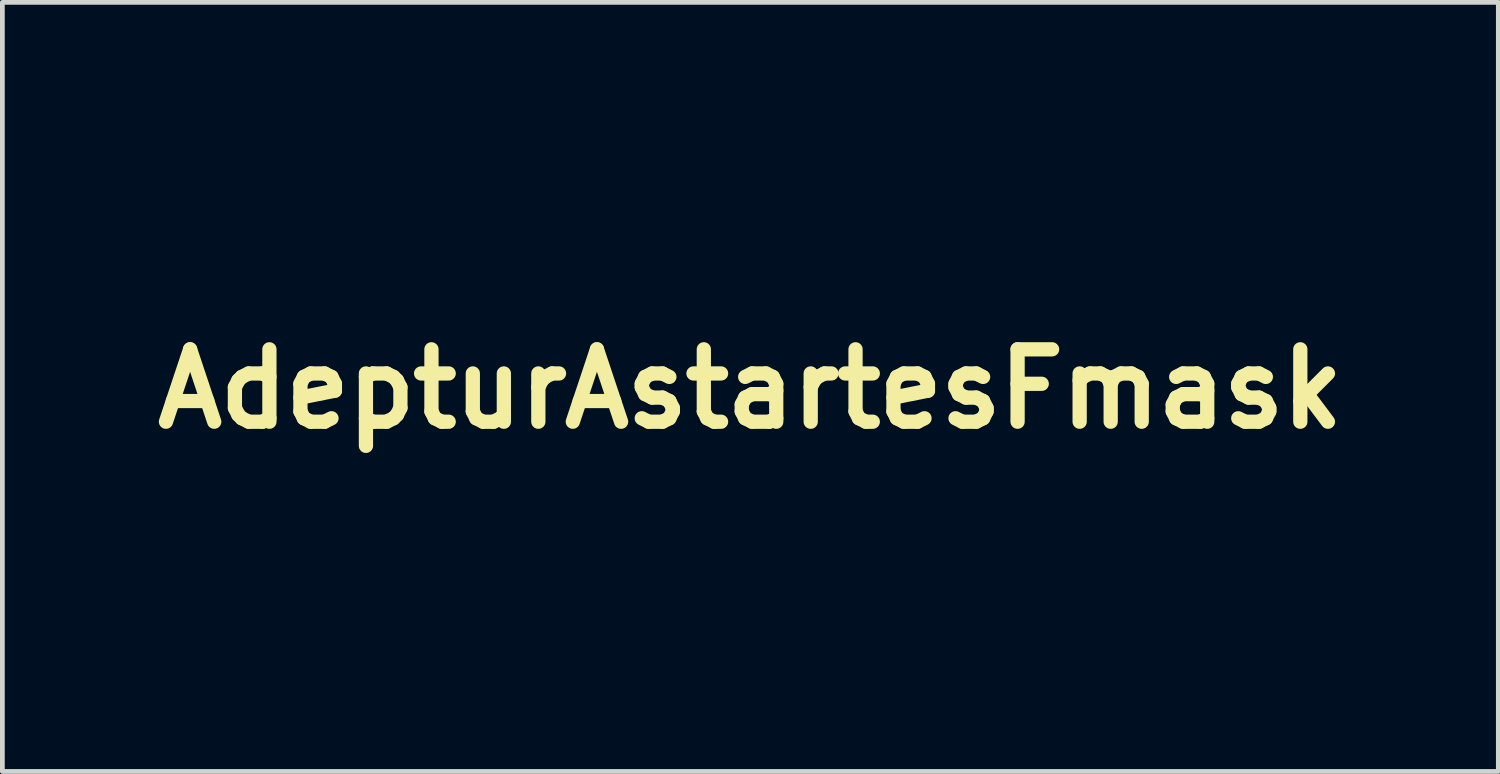
<source format=kicad_pcb>
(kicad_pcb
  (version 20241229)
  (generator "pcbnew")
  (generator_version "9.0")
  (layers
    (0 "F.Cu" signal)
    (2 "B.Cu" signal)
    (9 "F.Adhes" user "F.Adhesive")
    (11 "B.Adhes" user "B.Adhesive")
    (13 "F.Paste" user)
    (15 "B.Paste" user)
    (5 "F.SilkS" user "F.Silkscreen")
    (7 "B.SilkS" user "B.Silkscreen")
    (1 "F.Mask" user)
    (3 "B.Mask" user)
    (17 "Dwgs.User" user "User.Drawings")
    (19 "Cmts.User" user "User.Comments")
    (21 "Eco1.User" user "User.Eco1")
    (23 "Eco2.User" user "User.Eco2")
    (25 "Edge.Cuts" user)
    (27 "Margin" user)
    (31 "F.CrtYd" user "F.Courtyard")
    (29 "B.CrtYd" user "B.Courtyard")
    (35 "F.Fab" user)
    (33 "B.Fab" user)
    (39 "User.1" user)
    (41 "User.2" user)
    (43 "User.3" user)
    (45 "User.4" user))
  (footprint "AdepturAstartesFmask"
    (layer "F.Cu")
    (at 12.744 5.137)
    (property "Reference" "AdepturAstartesFmask" (at 0 0 0) (layer "F.SilkS") (effects (font (size 1.524 1.524) (thickness 0.3))))
    (attr board_only exclude_from_pos_files exclude_from_bom)
    (fp_poly (pts (xy 1.632 0.73) (xy 1.687 0.797) (xy 1.729 0.848) (xy 1.827 0.966) (xy 1.884 1.052) (xy 1.901 1.108) (xy 1.891 1.133) (xy 1.835 1.161) (xy 1.757 1.169) (xy 1.682 1.158) (xy 1.632 1.13) (xy 1.625 1.117) (xy 1.615 1.063) (xy 1.603 0.971) (xy 1.593 0.861) (xy 1.575 0.657)) (stroke (width 0) (type solid)) (fill yes) (layer "F.Mask"))
    (fp_poly (pts (xy -1.331 0.49) (xy -1.33 0.555) (xy -1.363 0.657) (xy -1.399 0.734) (xy -1.445 0.838) (xy -1.478 0.933) (xy -1.489 0.994) (xy -1.516 1.079) (xy -1.561 1.121) (xy -1.632 1.16) (xy -1.684 1.16) (xy -1.743 1.121) (xy -1.749 1.117) (xy -1.81 1.066) (xy -1.708 0.934) (xy -1.642 0.85) (xy -1.585 0.776) (xy -1.56 0.744) (xy -1.516 0.681) (xy -1.465 0.597) (xy -1.453 0.577) (xy -1.409 0.51) (xy -1.374 0.471) (xy -1.366 0.467)) (stroke (width 0) (type solid)) (fill yes) (layer "F.Mask"))
    (fp_poly (pts (xy -2.813 0.906) (xy -2.783 0.92) (xy -2.714 0.951) (xy -2.664 0.963) (xy -2.635 0.968) (xy -2.624 0.986) (xy -2.634 1.022) (xy -2.667 1.08) (xy -2.726 1.166) (xy -2.816 1.285) (xy -2.937 1.442) (xy -3.008 1.531) (xy -3.138 1.669) (xy -3.267 1.754) (xy -3.392 1.784) (xy -3.509 1.758) (xy -3.582 1.709) (xy -3.664 1.637) (xy -3.343 1.316) (xy -3.195 1.168) (xy -3.081 1.058) (xy -2.996 0.98) (xy -2.933 0.93) (xy -2.886 0.904) (xy -2.848 0.898)) (stroke (width 0) (type solid)) (fill yes) (layer "F.Mask"))
    (fp_poly (pts (xy -1.92 1.211) (xy -1.839 1.246) (xy -1.769 1.29) (xy -1.733 1.328) (xy -1.74 1.37) (xy -1.769 1.45) (xy -1.816 1.558) (xy -1.874 1.68) (xy -1.937 1.805) (xy -2 1.92) (xy -2.057 2.015) (xy -2.098 2.073) (xy -2.202 2.154) (xy -2.333 2.196) (xy -2.445 2.196) (xy -2.497 2.18) (xy -2.511 2.166) (xy -2.499 2.134) (xy -2.464 2.06) (xy -2.412 1.95) (xy -2.346 1.814) (xy -2.275 1.671) (xy -2.181 1.487) (xy -2.108 1.351) (xy -2.052 1.26) (xy -2.012 1.211) (xy -1.987 1.197)) (stroke (width 0) (type solid)) (fill yes) (layer "F.Mask"))
    (fp_poly (pts (xy -1.54 0.248) (xy -1.488 0.302) (xy -1.461 0.34) (xy -1.46 0.344) (xy -1.476 0.379) (xy -1.52 0.451) (xy -1.586 0.549) (xy -1.666 0.664) (xy -1.753 0.785) (xy -1.781 0.823) (xy -1.852 0.905) (xy -1.926 0.968) (xy -1.968 0.991) (xy -2.036 1.014) (xy -2.08 1.017) (xy -2.133 1) (xy -2.15 0.993) (xy -2.207 0.962) (xy -2.233 0.923) (xy -2.225 0.869) (xy -2.181 0.795) (xy -2.099 0.695) (xy -1.977 0.562) (xy -1.97 0.555) (xy -1.876 0.456) (xy -1.787 0.36) (xy -1.719 0.285) (xy -1.705 0.269) (xy -1.62 0.173)) (stroke (width 0) (type solid)) (fill yes) (layer "F.Mask"))
    (fp_poly (pts (xy 2.124 1.243) (xy 2.15 1.271) (xy 2.166 1.305) (xy 2.196 1.362) (xy 2.251 1.456) (xy 2.322 1.574) (xy 2.403 1.703) (xy 2.485 1.831) (xy 2.561 1.946) (xy 2.569 1.956) (xy 2.636 2.066) (xy 2.681 2.16) (xy 2.696 2.227) (xy 2.694 2.241) (xy 2.657 2.268) (xy 2.583 2.278) (xy 2.492 2.272) (xy 2.403 2.251) (xy 2.336 2.217) (xy 2.336 2.217) (xy 2.128 2.025) (xy 1.97 1.825) (xy 1.865 1.623) (xy 1.822 1.464) (xy 1.813 1.386) (xy 1.826 1.344) (xy 1.872 1.315) (xy 1.901 1.303) (xy 2.012 1.259) (xy 2.082 1.239)) (stroke (width 0) (type solid)) (fill yes) (layer "F.Mask"))
    (fp_poly (pts (xy -3.093 0.545) (xy -3.043 0.591) (xy -3.04 0.594) (xy -2.975 0.663) (xy -3.218 0.949) (xy -3.406 1.168) (xy -3.565 1.342) (xy -3.697 1.475) (xy -3.805 1.569) (xy -3.894 1.629) (xy -3.898 1.631) (xy -4.006 1.674) (xy -4.116 1.692) (xy -4.208 1.684) (xy -4.257 1.658) (xy -4.288 1.602) (xy -4.291 1.578) (xy -4.27 1.543) (xy -4.211 1.478) (xy -4.122 1.389) (xy -4.01 1.283) (xy -3.882 1.167) (xy -3.746 1.048) (xy -3.609 0.932) (xy -3.547 0.881) (xy -3.442 0.794) (xy -3.33 0.697) (xy -3.272 0.644) (xy -3.201 0.581) (xy -3.146 0.538) (xy -3.124 0.526)) (stroke (width 0) (type solid)) (fill yes) (layer "F.Mask"))
    (fp_poly (pts (xy 1.828 0.248) (xy 1.834 0.264) (xy 1.863 0.309) (xy 1.921 0.382) (xy 1.998 0.468) (xy 2.016 0.487) (xy 2.11 0.589) (xy 2.204 0.694) (xy 2.276 0.781) (xy 2.278 0.784) (xy 2.334 0.857) (xy 2.357 0.899) (xy 2.351 0.927) (xy 2.322 0.951) (xy 2.245 0.982) (xy 2.144 0.99) (xy 2.05 0.973) (xy 2.046 0.972) (xy 1.998 0.94) (xy 1.934 0.884) (xy 1.872 0.82) (xy 1.825 0.763) (xy 1.81 0.732) (xy 1.795 0.695) (xy 1.756 0.623) (xy 1.7 0.533) (xy 1.692 0.521) (xy 1.575 0.339) (xy 1.66 0.253) (xy 1.733 0.197) (xy 1.787 0.195)) (stroke (width 0) (type solid)) (fill yes) (layer "F.Mask"))
    (fp_poly (pts (xy 2.588 1.116) (xy 2.666 1.215) (xy 2.752 1.341) (xy 2.788 1.399) (xy 2.874 1.54) (xy 2.961 1.679) (xy 3.04 1.805) (xy 3.106 1.906) (xy 3.151 1.972) (xy 3.158 1.981) (xy 3.191 2.038) (xy 3.195 2.076) (xy 3.154 2.095) (xy 3.078 2.098) (xy 2.988 2.085) (xy 2.958 2.077) (xy 2.877 2.036) (xy 2.78 1.962) (xy 2.682 1.869) (xy 2.599 1.774) (xy 2.545 1.691) (xy 2.539 1.674) (xy 2.499 1.587) (xy 2.439 1.487) (xy 2.405 1.438) (xy 2.331 1.321) (xy 2.31 1.226) (xy 2.339 1.151) (xy 2.358 1.132) (xy 2.449 1.074) (xy 2.528 1.073)) (stroke (width 0) (type solid)) (fill yes) (layer "F.Mask"))
    (fp_poly (pts (xy 3.124 0.987) (xy 3.276 1.157) (xy 3.41 1.308) (xy 3.52 1.434) (xy 3.598 1.528) (xy 3.625 1.562) (xy 3.686 1.638) (xy 3.741 1.703) (xy 3.745 1.707) (xy 3.781 1.766) (xy 3.789 1.809) (xy 3.756 1.838) (xy 3.682 1.856) (xy 3.583 1.861) (xy 3.474 1.853) (xy 3.372 1.832) (xy 3.344 1.823) (xy 3.216 1.757) (xy 3.122 1.673) (xy 3.077 1.594) (xy 3.051 1.545) (xy 2.999 1.463) (xy 2.929 1.363) (xy 2.886 1.305) (xy 2.813 1.203) (xy 2.755 1.117) (xy 2.721 1.058) (xy 2.715 1.04) (xy 2.74 1.01) (xy 2.804 0.97) (xy 2.868 0.939) (xy 3.022 0.874)) (stroke (width 0) (type solid)) (fill yes) (layer "F.Mask"))
    (fp_poly (pts (xy -2.002 -0.413) (xy -1.955 -0.354) (xy -1.939 -0.284) (xy -1.949 -0.248) (xy -1.992 -0.198) (xy -2.076 -0.127) (xy -2.19 -0.04) (xy -2.325 0.055) (xy -2.47 0.15) (xy -2.588 0.222) (xy -2.746 0.309) (xy -2.867 0.36) (xy -2.962 0.377) (xy -3.038 0.362) (xy -3.092 0.328) (xy -3.14 0.264) (xy -3.17 0.179) (xy -3.171 0.175) (xy -3.186 0.073) (xy -2.943 -0.038) (xy -2.77 -0.118) (xy -2.642 -0.176) (xy -2.55 -0.216) (xy -2.487 -0.242) (xy -2.445 -0.256) (xy -2.416 -0.262) (xy -2.395 -0.263) (xy -2.336 -0.28) (xy -2.315 -0.3) (xy -2.255 -0.359) (xy -2.167 -0.41) (xy -2.08 -0.437) (xy -2.064 -0.438)) (stroke (width 0) (type solid)) (fill yes) (layer "F.Mask"))
    (fp_poly (pts (xy -2.308 1.068) (xy -2.244 1.111) (xy -2.218 1.169) (xy -2.24 1.232) (xy -2.263 1.255) (xy -2.299 1.299) (xy -2.306 1.32) (xy -2.319 1.357) (xy -2.351 1.434) (xy -2.398 1.536) (xy -2.427 1.595) (xy -2.513 1.756) (xy -2.593 1.867) (xy -2.678 1.938) (xy -2.775 1.974) (xy -2.896 1.985) (xy -2.9 1.985) (xy -3.002 1.981) (xy -3.054 1.966) (xy -3.066 1.946) (xy -3.049 1.899) (xy -3.01 1.829) (xy -2.994 1.807) (xy -2.939 1.726) (xy -2.873 1.621) (xy -2.829 1.55) (xy -2.77 1.456) (xy -2.714 1.377) (xy -2.681 1.338) (xy -2.64 1.288) (xy -2.628 1.258) (xy -2.605 1.202) (xy -2.549 1.138) (xy -2.48 1.082) (xy -2.416 1.052) (xy -2.404 1.051)) (stroke (width 0) (type solid)) (fill yes) (layer "F.Mask"))
    (fp_poly (pts (xy -1.841 -0.123) (xy -1.799 -0.066) (xy -1.786 -0.045) (xy -1.726 0.055) (xy -1.79 0.136) (xy -1.851 0.206) (xy -1.932 0.287) (xy -1.965 0.318) (xy -2.04 0.394) (xy -2.101 0.471) (xy -2.118 0.499) (xy -2.179 0.581) (xy -2.27 0.667) (xy -2.373 0.74) (xy -2.468 0.787) (xy -2.496 0.795) (xy -2.587 0.799) (xy -2.656 0.79) (xy -2.713 0.758) (xy -2.772 0.7) (xy -2.821 0.634) (xy -2.846 0.575) (xy -2.844 0.55) (xy -2.811 0.52) (xy -2.742 0.47) (xy -2.652 0.41) (xy -2.557 0.349) (xy -2.469 0.297) (xy -2.423 0.273) (xy -2.317 0.209) (xy -2.19 0.115) (xy -2.057 0.003) (xy -2.036 -0.016) (xy -1.96 -0.083) (xy -1.9 -0.129) (xy -1.87 -0.146)) (stroke (width 0) (type solid)) (fill yes) (layer "F.Mask"))
    (fp_poly (pts (xy 2.229 -0.84) (xy 2.332 -0.806) (xy 2.48 -0.755) (xy 2.548 -0.732) (xy 2.67 -0.687) (xy 2.777 -0.644) (xy 2.852 -0.61) (xy 2.871 -0.599) (xy 2.929 -0.572) (xy 3.027 -0.539) (xy 3.145 -0.505) (xy 3.184 -0.496) (xy 3.351 -0.451) (xy 3.488 -0.403) (xy 3.62 -0.343) (xy 3.645 -0.331) (xy 3.651 -0.3) (xy 3.624 -0.247) (xy 3.573 -0.185) (xy 3.509 -0.131) (xy 3.509 -0.131) (xy 3.394 -0.076) (xy 3.267 -0.065) (xy 3.116 -0.097) (xy 3.066 -0.115) (xy 2.898 -0.183) (xy 2.72 -0.267) (xy 2.547 -0.358) (xy 2.396 -0.447) (xy 2.287 -0.523) (xy 2.193 -0.607) (xy 2.142 -0.678) (xy 2.123 -0.737) (xy 2.115 -0.793) (xy 2.113 -0.831) (xy 2.127 -0.852) (xy 2.163 -0.855)) (stroke (width 0) (type solid)) (fill yes) (layer "F.Mask"))
    (fp_poly (pts (xy 1.633 1.36) (xy 1.658 1.404) (xy 1.685 1.478) (xy 1.688 1.489) (xy 1.729 1.618) (xy 1.774 1.748) (xy 1.82 1.863) (xy 1.859 1.949) (xy 1.881 1.985) (xy 1.91 2.029) (xy 1.956 2.112) (xy 2.014 2.22) (xy 2.058 2.306) (xy 2.12 2.428) (xy 2.176 2.534) (xy 2.219 2.612) (xy 2.237 2.641) (xy 2.269 2.709) (xy 2.277 2.751) (xy 2.253 2.788) (xy 2.191 2.803) (xy 2.108 2.797) (xy 2.02 2.771) (xy 1.971 2.745) (xy 1.868 2.653) (xy 1.763 2.516) (xy 1.668 2.349) (xy 1.661 2.336) (xy 1.564 2.13) (xy 1.492 1.968) (xy 1.443 1.843) (xy 1.414 1.746) (xy 1.403 1.67) (xy 1.409 1.607) (xy 1.429 1.55) (xy 1.439 1.53) (xy 1.492 1.447) (xy 1.551 1.385) (xy 1.603 1.354)) (stroke (width 0) (type solid)) (fill yes) (layer "F.Mask"))
    (fp_poly (pts (xy -2.386 -1.583) (xy -2.253 -1.542) (xy -2.197 -1.505) (xy -2.148 -1.459) (xy -2.141 -1.434) (xy -2.172 -1.412) (xy -2.177 -1.41) (xy -2.227 -1.393) (xy -2.321 -1.37) (xy -2.445 -1.343) (xy -2.584 -1.316) (xy -2.737 -1.286) (xy -2.884 -1.256) (xy -3.007 -1.229) (xy -3.08 -1.212) (xy -3.282 -1.161) (xy -3.44 -1.129) (xy -3.567 -1.117) (xy -3.673 -1.121) (xy -3.77 -1.142) (xy -3.795 -1.15) (xy -3.932 -1.204) (xy -4.028 -1.261) (xy -4.1 -1.333) (xy -4.13 -1.375) (xy -4.173 -1.45) (xy -4.18 -1.494) (xy -4.167 -1.509) (xy -4.128 -1.517) (xy -4.04 -1.524) (xy -3.912 -1.53) (xy -3.754 -1.535) (xy -3.575 -1.539) (xy -3.533 -1.539) (xy -3.337 -1.543) (xy -3.149 -1.549) (xy -2.979 -1.557) (xy -2.842 -1.567) (xy -2.75 -1.577) (xy -2.746 -1.578) (xy -2.554 -1.596)) (stroke (width 0) (type solid)) (fill yes) (layer "F.Mask"))
    (fp_poly (pts (xy -2.042 -0.88) (xy -2.025 -0.861) (xy -2.021 -0.778) (xy -2.059 -0.683) (xy -2.128 -0.597) (xy -2.196 -0.547) (xy -2.279 -0.5) (xy -2.346 -0.461) (xy -2.361 -0.451) (xy -2.481 -0.376) (xy -2.562 -0.327) (xy -2.614 -0.301) (xy -2.647 -0.292) (xy -2.651 -0.292) (xy -2.697 -0.28) (xy -2.776 -0.25) (xy -2.855 -0.216) (xy -2.989 -0.167) (xy -3.125 -0.135) (xy -3.247 -0.124) (xy -3.34 -0.136) (xy -3.365 -0.146) (xy -3.415 -0.195) (xy -3.458 -0.26) (xy -3.481 -0.322) (xy -3.473 -0.371) (xy -3.429 -0.413) (xy -3.341 -0.455) (xy -3.204 -0.501) (xy -3.168 -0.512) (xy -3.025 -0.555) (xy -2.88 -0.599) (xy -2.757 -0.638) (xy -2.73 -0.646) (xy -2.631 -0.679) (xy -2.551 -0.707) (xy -2.469 -0.74) (xy -2.362 -0.786) (xy -2.321 -0.803) (xy -2.186 -0.858) (xy -2.095 -0.883)) (stroke (width 0) (type solid)) (fill yes) (layer "F.Mask"))
    (fp_poly (pts (xy 2.235 -0.366) (xy 2.236 -0.366) (xy 2.313 -0.333) (xy 2.368 -0.3) (xy 2.372 -0.297) (xy 2.418 -0.267) (xy 2.435 -0.263) (xy 2.455 -0.257) (xy 2.499 -0.24) (xy 2.57 -0.208) (xy 2.674 -0.159) (xy 2.816 -0.091) (xy 3 -0.001) (xy 3.232 0.112) (xy 3.233 0.113) (xy 3.296 0.149) (xy 3.327 0.177) (xy 3.328 0.181) (xy 3.31 0.213) (xy 3.263 0.269) (xy 3.242 0.291) (xy 3.181 0.345) (xy 3.119 0.371) (xy 3.031 0.378) (xy 3.001 0.378) (xy 2.827 0.353) (xy 2.701 0.301) (xy 2.616 0.253) (xy 2.552 0.208) (xy 2.531 0.186) (xy 2.493 0.15) (xy 2.477 0.146) (xy 2.437 0.125) (xy 2.373 0.071) (xy 2.295 -0.005) (xy 2.215 -0.091) (xy 2.143 -0.174) (xy 2.092 -0.243) (xy 2.073 -0.284) (xy 2.09 -0.356) (xy 2.144 -0.383)) (stroke (width 0) (type solid)) (fill yes) (layer "F.Mask"))
    (fp_poly (pts (xy -1.991 -1.288) (xy -1.966 -1.249) (xy -1.944 -1.18) (xy -1.944 -1.179) (xy -1.924 -1.087) (xy -2.152 -1.008) (xy -2.274 -0.965) (xy -2.388 -0.925) (xy -2.472 -0.895) (xy -2.482 -0.892) (xy -2.585 -0.855) (xy -2.686 -0.818) (xy -2.783 -0.789) (xy -2.894 -0.764) (xy -2.92 -0.759) (xy -3.025 -0.731) (xy -3.143 -0.685) (xy -3.195 -0.66) (xy -3.361 -0.598) (xy -3.519 -0.593) (xy -3.627 -0.624) (xy -3.746 -0.704) (xy -3.823 -0.816) (xy -3.845 -0.891) (xy -3.853 -0.957) (xy -3.837 -0.985) (xy -3.784 -0.993) (xy -3.748 -0.993) (xy -3.671 -0.998) (xy -3.55 -1.011) (xy -3.401 -1.03) (xy -3.238 -1.053) (xy -3.076 -1.079) (xy -2.929 -1.103) (xy -2.811 -1.126) (xy -2.759 -1.138) (xy -2.595 -1.178) (xy -2.432 -1.215) (xy -2.281 -1.247) (xy -2.151 -1.271) (xy -2.053 -1.286) (xy -1.998 -1.289)) (stroke (width 0) (type solid)) (fill yes) (layer "F.Mask"))
    (fp_poly (pts (xy -1.476 1.362) (xy -1.421 1.405) (xy -1.364 1.471) (xy -1.316 1.545) (xy -1.295 1.599) (xy -1.299 1.658) (xy -1.326 1.755) (xy -1.371 1.876) (xy -1.428 2.009) (xy -1.492 2.14) (xy -1.556 2.256) (xy -1.583 2.297) (xy -1.629 2.371) (xy -1.659 2.423) (xy -1.664 2.438) (xy -1.681 2.468) (xy -1.726 2.528) (xy -1.772 2.584) (xy -1.845 2.657) (xy -1.93 2.721) (xy -2.016 2.77) (xy -2.091 2.798) (xy -2.143 2.8) (xy -2.16 2.773) (xy -2.147 2.725) (xy -2.132 2.693) (xy -2.111 2.649) (xy -2.071 2.562) (xy -2.019 2.444) (xy -1.959 2.307) (xy -1.939 2.263) (xy -1.874 2.112) (xy -1.812 1.969) (xy -1.758 1.848) (xy -1.721 1.763) (xy -1.715 1.752) (xy -1.666 1.642) (xy -1.616 1.528) (xy -1.604 1.499) (xy -1.565 1.421) (xy -1.527 1.366) (xy -1.515 1.356)) (stroke (width 0) (type solid)) (fill yes) (layer "F.Mask"))
    (fp_poly (pts (xy 3.293 0.575) (xy 3.352 0.624) (xy 3.388 0.66) (xy 3.46 0.73) (xy 3.559 0.818) (xy 3.666 0.908) (xy 3.686 0.924) (xy 3.785 1.005) (xy 3.875 1.08) (xy 3.938 1.137) (xy 3.949 1.147) (xy 3.999 1.194) (xy 4.078 1.269) (xy 4.175 1.361) (xy 4.245 1.427) (xy 4.35 1.528) (xy 4.413 1.597) (xy 4.441 1.641) (xy 4.437 1.666) (xy 4.434 1.668) (xy 4.376 1.684) (xy 4.282 1.689) (xy 4.171 1.686) (xy 4.065 1.674) (xy 3.983 1.655) (xy 3.963 1.646) (xy 3.895 1.608) (xy 3.854 1.587) (xy 3.816 1.559) (xy 3.744 1.496) (xy 3.646 1.407) (xy 3.529 1.297) (xy 3.401 1.174) (xy 3.27 1.046) (xy 3.192 0.968) (xy 3.125 0.895) (xy 3.079 0.835) (xy 3.066 0.805) (xy 3.083 0.758) (xy 3.125 0.692) (xy 3.178 0.624) (xy 3.228 0.573) (xy 3.257 0.556)) (stroke (width 0) (type solid)) (fill yes) (layer "F.Mask"))
    (fp_poly (pts (xy 2.011 -0.126) (xy 2.082 -0.088) (xy 2.167 -0.03) (xy 2.252 0.036) (xy 2.321 0.101) (xy 2.356 0.132) (xy 2.426 0.188) (xy 2.518 0.26) (xy 2.569 0.299) (xy 2.67 0.376) (xy 2.756 0.443) (xy 2.815 0.49) (xy 2.83 0.503) (xy 2.883 0.546) (xy 2.952 0.6) (xy 2.954 0.601) (xy 3.007 0.644) (xy 3.016 0.673) (xy 2.988 0.706) (xy 2.983 0.711) (xy 2.935 0.738) (xy 2.857 0.753) (xy 2.736 0.759) (xy 2.701 0.759) (xy 2.586 0.758) (xy 2.511 0.751) (xy 2.459 0.731) (xy 2.412 0.694) (xy 2.363 0.644) (xy 2.281 0.552) (xy 2.2 0.454) (xy 2.172 0.418) (xy 2.117 0.345) (xy 2.072 0.29) (xy 2.06 0.277) (xy 2.025 0.237) (xy 1.971 0.17) (xy 1.945 0.136) (xy 1.895 0.062) (xy 1.879 0.01) (xy 1.891 -0.04) (xy 1.894 -0.047) (xy 1.934 -0.107) (xy 1.969 -0.135)) (stroke (width 0) (type solid)) (fill yes) (layer "F.Mask"))
    (fp_poly (pts (xy -0.038 2.44) (xy -0.018 2.447) (xy 0.064 2.466) (xy 0.176 2.479) (xy 0.258 2.482) (xy 0.438 2.482) (xy 0.438 2.902) (xy 0.434 3.123) (xy 0.422 3.368) (xy 0.404 3.621) (xy 0.381 3.866) (xy 0.354 4.087) (xy 0.325 4.268) (xy 0.32 4.293) (xy 0.295 4.395) (xy 0.259 4.517) (xy 0.215 4.65) (xy 0.169 4.78) (xy 0.124 4.897) (xy 0.084 4.988) (xy 0.055 5.041) (xy 0.044 5.051) (xy 0.023 5.028) (xy -0.015 4.969) (xy -0.043 4.924) (xy -0.085 4.847) (xy -0.112 4.791) (xy -0.117 4.775) (xy -0.128 4.736) (xy -0.155 4.669) (xy -0.159 4.661) (xy -0.215 4.505) (xy -0.266 4.299) (xy -0.308 4.054) (xy -0.342 3.78) (xy -0.366 3.484) (xy -0.378 3.176) (xy -0.379 3.033) (xy -0.378 2.842) (xy -0.374 2.701) (xy -0.364 2.601) (xy -0.347 2.535) (xy -0.319 2.492) (xy -0.279 2.466) (xy -0.228 2.447) (xy -0.127 2.428)) (stroke (width 0) (type solid)) (fill yes) (layer "F.Mask"))
    (fp_poly (pts (xy 2.995 -1.575) (xy 3.124 -1.569) (xy 3.213 -1.56) (xy 3.254 -1.549) (xy 3.255 -1.547) (xy 3.291 -1.534) (xy 3.369 -1.525) (xy 3.473 -1.522) (xy 3.483 -1.523) (xy 3.608 -1.522) (xy 3.765 -1.516) (xy 3.928 -1.506) (xy 3.996 -1.501) (xy 4.3 -1.474) (xy 4.201 -1.345) (xy 4.073 -1.21) (xy 3.935 -1.126) (xy 3.771 -1.088) (xy 3.679 -1.085) (xy 3.557 -1.092) (xy 3.439 -1.108) (xy 3.372 -1.125) (xy 3.265 -1.151) (xy 3.157 -1.165) (xy 3.144 -1.166) (xy 3.047 -1.178) (xy 2.96 -1.204) (xy 2.955 -1.207) (xy 2.891 -1.232) (xy 2.789 -1.264) (xy 2.666 -1.3) (xy 2.613 -1.314) (xy 2.495 -1.346) (xy 2.398 -1.375) (xy 2.336 -1.398) (xy 2.323 -1.405) (xy 2.321 -1.442) (xy 2.361 -1.499) (xy 2.364 -1.503) (xy 2.394 -1.532) (xy 2.426 -1.553) (xy 2.471 -1.566) (xy 2.54 -1.573) (xy 2.643 -1.576) (xy 2.791 -1.577) (xy 2.835 -1.577)) (stroke (width 0) (type solid)) (fill yes) (layer "F.Mask"))
    (fp_poly (pts (xy 4.446 -1.162) (xy 4.581 -1.142) (xy 4.653 -1.126) (xy 4.79 -1.1) (xy 4.942 -1.083) (xy 5.023 -1.079) (xy 5.158 -1.074) (xy 5.311 -1.062) (xy 5.416 -1.05) (xy 5.601 -1.025) (xy 5.795 -1.001) (xy 5.987 -0.98) (xy 6.165 -0.962) (xy 6.318 -0.948) (xy 6.437 -0.94) (xy 6.508 -0.938) (xy 6.511 -0.938) (xy 6.642 -0.931) (xy 6.735 -0.888) (xy 6.787 -0.829) (xy 6.828 -0.742) (xy 6.819 -0.674) (xy 6.757 -0.62) (xy 6.657 -0.579) (xy 6.505 -0.54) (xy 6.389 -0.531) (xy 6.295 -0.551) (xy 6.292 -0.552) (xy 6.24 -0.565) (xy 6.145 -0.584) (xy 6.021 -0.606) (xy 5.897 -0.625) (xy 5.573 -0.68) (xy 5.299 -0.741) (xy 5.124 -0.791) (xy 5.068 -0.809) (xy 4.993 -0.833) (xy 4.889 -0.866) (xy 4.749 -0.91) (xy 4.565 -0.967) (xy 4.467 -0.998) (xy 4.343 -1.044) (xy 4.273 -1.087) (xy 4.252 -1.123) (xy 4.277 -1.15) (xy 4.343 -1.164)) (stroke (width 0) (type solid)) (fill yes) (layer "F.Mask"))
    (fp_poly (pts (xy 2.18 -1.278) (xy 2.258 -1.265) (xy 2.368 -1.242) (xy 2.501 -1.215) (xy 2.629 -1.19) (xy 2.73 -1.171) (xy 2.744 -1.169) (xy 2.832 -1.151) (xy 2.955 -1.123) (xy 3.092 -1.089) (xy 3.153 -1.073) (xy 3.293 -1.038) (xy 3.429 -1.007) (xy 3.541 -0.985) (xy 3.576 -0.98) (xy 3.734 -0.955) (xy 3.841 -0.929) (xy 3.906 -0.9) (xy 3.936 -0.863) (xy 3.941 -0.833) (xy 3.916 -0.747) (xy 3.851 -0.661) (xy 3.761 -0.589) (xy 3.684 -0.556) (xy 3.611 -0.537) (xy 3.566 -0.529) (xy 3.562 -0.529) (xy 3.527 -0.536) (xy 3.456 -0.55) (xy 3.43 -0.556) (xy 3.351 -0.578) (xy 3.238 -0.616) (xy 3.109 -0.664) (xy 3.051 -0.688) (xy 2.856 -0.767) (xy 2.703 -0.828) (xy 2.582 -0.874) (xy 2.482 -0.909) (xy 2.391 -0.937) (xy 2.336 -0.952) (xy 2.184 -1.003) (xy 2.088 -1.058) (xy 2.046 -1.122) (xy 2.056 -1.194) (xy 2.083 -1.24) (xy 2.105 -1.266) (xy 2.133 -1.279)) (stroke (width 0) (type solid)) (fill yes) (layer "F.Mask"))
    (fp_poly (pts (xy 3.598 0.17) (xy 3.635 0.204) (xy 3.683 0.248) (xy 3.714 0.263) (xy 3.751 0.279) (xy 3.816 0.32) (xy 3.869 0.358) (xy 4.009 0.46) (xy 4.142 0.557) (xy 4.26 0.641) (xy 4.352 0.705) (xy 4.408 0.742) (xy 4.412 0.744) (xy 4.463 0.777) (xy 4.541 0.83) (xy 4.603 0.872) (xy 4.792 1.005) (xy 4.934 1.107) (xy 5.033 1.18) (xy 5.09 1.226) (xy 5.109 1.247) (xy 5.109 1.247) (xy 5.085 1.282) (xy 5.022 1.328) (xy 4.935 1.375) (xy 4.909 1.387) (xy 4.765 1.426) (xy 4.615 1.415) (xy 4.448 1.353) (xy 4.429 1.344) (xy 4.314 1.277) (xy 4.198 1.195) (xy 4.137 1.144) (xy 4.068 1.08) (xy 3.968 0.991) (xy 3.849 0.885) (xy 3.725 0.775) (xy 3.708 0.761) (xy 3.594 0.659) (xy 3.495 0.566) (xy 3.421 0.492) (xy 3.38 0.444) (xy 3.375 0.436) (xy 3.368 0.383) (xy 3.397 0.312) (xy 3.427 0.263) (xy 3.491 0.181) (xy 3.545 0.151)) (stroke (width 0) (type solid)) (fill yes) (layer "F.Mask"))
    (fp_poly (pts (xy -3.385 0.112) (xy -3.347 0.174) (xy -3.321 0.226) (xy -3.284 0.308) (xy -3.256 0.366) (xy -3.249 0.382) (xy -3.261 0.416) (xy -3.315 0.478) (xy -3.404 0.56) (xy -3.522 0.657) (xy -3.533 0.665) (xy -3.739 0.828) (xy -3.911 0.969) (xy -4.043 1.082) (xy -4.21 1.221) (xy -4.358 1.328) (xy -4.48 1.397) (xy -4.571 1.427) (xy -4.592 1.428) (xy -4.643 1.419) (xy -4.719 1.399) (xy -4.73 1.396) (xy -4.821 1.358) (xy -4.901 1.302) (xy -4.953 1.243) (xy -4.963 1.209) (xy -4.94 1.175) (xy -4.881 1.124) (xy -4.825 1.085) (xy -4.729 1.023) (xy -4.612 0.943) (xy -4.498 0.863) (xy -4.496 0.862) (xy -4.395 0.79) (xy -4.304 0.726) (xy -4.239 0.681) (xy -4.233 0.677) (xy -4.17 0.631) (xy -4.131 0.597) (xy -4.087 0.557) (xy -4.01 0.495) (xy -3.914 0.421) (xy -3.813 0.347) (xy -3.749 0.302) (xy -3.656 0.238) (xy -3.558 0.171) (xy -3.543 0.161) (xy -3.473 0.116) (xy -3.421 0.09) (xy -3.411 0.088)) (stroke (width 0) (type solid)) (fill yes) (layer "F.Mask"))
    (fp_poly (pts (xy 3.853 -0.235) (xy 3.878 -0.222) (xy 3.932 -0.195) (xy 4.026 -0.148) (xy 4.149 -0.086) (xy 4.29 -0.016) (xy 4.35 0.014) (xy 4.646 0.163) (xy 4.893 0.293) (xy 5.095 0.407) (xy 5.256 0.507) (xy 5.382 0.598) (xy 5.477 0.681) (xy 5.545 0.76) (xy 5.591 0.836) (xy 5.621 0.908) (xy 5.622 0.951) (xy 5.599 0.982) (xy 5.517 1.026) (xy 5.402 1.037) (xy 5.267 1.015) (xy 5.211 0.998) (xy 5.116 0.961) (xy 5.036 0.927) (xy 5.007 0.913) (xy 4.947 0.882) (xy 4.86 0.838) (xy 4.817 0.815) (xy 4.727 0.762) (xy 4.615 0.688) (xy 4.507 0.608) (xy 4.507 0.607) (xy 4.419 0.541) (xy 4.348 0.491) (xy 4.306 0.467) (xy 4.302 0.467) (xy 4.267 0.451) (xy 4.198 0.411) (xy 4.11 0.354) (xy 4.102 0.349) (xy 3.987 0.273) (xy 3.868 0.195) (xy 3.785 0.141) (xy 3.705 0.084) (xy 3.664 0.032) (xy 3.658 -0.031) (xy 3.683 -0.123) (xy 3.705 -0.182) (xy 3.738 -0.243) (xy 3.782 -0.259)) (stroke (width 0) (type solid)) (fill yes) (layer "F.Mask"))
    (fp_poly (pts (xy -3.659 -0.329) (xy -3.621 -0.269) (xy -3.588 -0.19) (xy -3.558 -0.104) (xy -3.55 -0.053) (xy -3.563 -0.017) (xy -3.582 0.006) (xy -3.628 0.047) (xy -3.654 0.058) (xy -3.691 0.076) (xy -3.744 0.118) (xy -3.821 0.187) (xy -3.884 0.237) (xy -3.952 0.283) (xy -4.044 0.339) (xy -4.087 0.364) (xy -4.214 0.443) (xy -4.352 0.537) (xy -4.452 0.612) (xy -4.593 0.718) (xy -4.717 0.794) (xy -4.848 0.854) (xy -4.999 0.907) (xy -5.169 0.951) (xy -5.296 0.96) (xy -5.384 0.934) (xy -5.41 0.911) (xy -5.436 0.875) (xy -5.439 0.837) (xy -5.416 0.777) (xy -5.393 0.729) (xy -5.32 0.591) (xy -5.263 0.506) (xy -5.221 0.469) (xy -5.21 0.467) (xy -5.17 0.454) (xy -5.087 0.417) (xy -4.97 0.36) (xy -4.829 0.289) (xy -4.672 0.208) (xy -4.508 0.122) (xy -4.345 0.034) (xy -4.193 -0.05) (xy -4.06 -0.125) (xy -3.996 -0.164) (xy -3.907 -0.214) (xy -3.837 -0.25) (xy -3.802 -0.263) (xy -3.761 -0.283) (xy -3.736 -0.308) (xy -3.696 -0.341)) (stroke (width 0) (type solid)) (fill yes) (layer "F.Mask"))
    (fp_poly (pts (xy 6.877 -1.578) (xy 7.001 -1.55) (xy 7.029 -1.537) (xy 7.091 -1.499) (xy 7.123 -1.469) (xy 7.124 -1.465) (xy 7.103 -1.436) (xy 7.05 -1.381) (xy 6.977 -1.313) (xy 6.878 -1.234) (xy 6.786 -1.184) (xy 6.673 -1.151) (xy 6.634 -1.143) (xy 6.504 -1.123) (xy 6.349 -1.107) (xy 6.185 -1.097) (xy 6.025 -1.092) (xy 5.884 -1.093) (xy 5.778 -1.102) (xy 5.738 -1.11) (xy 5.675 -1.123) (xy 5.569 -1.137) (xy 5.434 -1.152) (xy 5.286 -1.166) (xy 5.285 -1.166) (xy 5.135 -1.179) (xy 4.996 -1.195) (xy 4.885 -1.211) (xy 4.817 -1.225) (xy 4.714 -1.247) (xy 4.611 -1.255) (xy 4.509 -1.269) (xy 4.442 -1.306) (xy 4.42 -1.36) (xy 4.426 -1.383) (xy 4.441 -1.406) (xy 4.471 -1.421) (xy 4.529 -1.429) (xy 4.623 -1.432) (xy 4.756 -1.431) (xy 4.961 -1.43) (xy 5.185 -1.435) (xy 5.419 -1.444) (xy 5.65 -1.456) (xy 5.869 -1.472) (xy 6.064 -1.489) (xy 6.225 -1.508) (xy 6.342 -1.528) (xy 6.365 -1.534) (xy 6.543 -1.57) (xy 6.719 -1.585)) (stroke (width 0) (type solid)) (fill yes) (layer "F.Mask"))
    (fp_poly (pts (xy -6.639 -1.65) (xy -6.594 -1.64) (xy -6.501 -1.623) (xy -6.369 -1.605) (xy -6.216 -1.589) (xy -6.078 -1.577) (xy -5.926 -1.566) (xy -5.786 -1.553) (xy -5.672 -1.541) (xy -5.603 -1.532) (xy -5.538 -1.525) (xy -5.426 -1.517) (xy -5.279 -1.509) (xy -5.108 -1.5) (xy -4.933 -1.493) (xy -4.731 -1.485) (xy -4.58 -1.477) (xy -4.474 -1.468) (xy -4.404 -1.457) (xy -4.365 -1.443) (xy -4.35 -1.43) (xy -4.337 -1.392) (xy -4.356 -1.363) (xy -4.415 -1.341) (xy -4.519 -1.324) (xy -4.663 -1.311) (xy -4.877 -1.292) (xy -5.077 -1.272) (xy -5.253 -1.25) (xy -5.395 -1.229) (xy -5.494 -1.209) (xy -5.526 -1.2) (xy -5.586 -1.187) (xy -5.691 -1.176) (xy -5.829 -1.167) (xy -5.986 -1.16) (xy -6.148 -1.155) (xy -6.303 -1.153) (xy -6.438 -1.155) (xy -6.539 -1.16) (xy -6.569 -1.164) (xy -6.755 -1.218) (xy -6.904 -1.315) (xy -6.96 -1.374) (xy -7.011 -1.442) (xy -7.016 -1.487) (xy -6.972 -1.523) (xy -6.913 -1.549) (xy -6.838 -1.588) (xy -6.786 -1.63) (xy -6.784 -1.633) (xy -6.756 -1.657) (xy -6.713 -1.662)) (stroke (width 0) (type solid)) (fill yes) (layer "F.Mask"))
    (fp_poly (pts (xy 4.071 -0.61) (xy 4.106 -0.6) (xy 4.161 -0.579) (xy 4.24 -0.546) (xy 4.349 -0.497) (xy 4.494 -0.431) (xy 4.681 -0.345) (xy 4.89 -0.248) (xy 5.027 -0.184) (xy 5.178 -0.113) (xy 5.291 -0.06) (xy 5.427 -0.000028) (xy 5.577 0.061) (xy 5.685 0.102) (xy 5.801 0.145) (xy 5.909 0.188) (xy 5.981 0.221) (xy 6.045 0.259) (xy 6.067 0.3) (xy 6.06 0.361) (xy 6.031 0.442) (xy 5.992 0.5) (xy 5.913 0.544) (xy 5.806 0.567) (xy 5.708 0.563) (xy 5.607 0.529) (xy 5.489 0.47) (xy 5.378 0.398) (xy 5.357 0.382) (xy 5.286 0.334) (xy 5.184 0.275) (xy 5.072 0.217) (xy 5.071 0.217) (xy 4.97 0.167) (xy 4.888 0.123) (xy 4.84 0.095) (xy 4.838 0.093) (xy 4.801 0.07) (xy 4.722 0.027) (xy 4.608 -0.033) (xy 4.471 -0.104) (xy 4.35 -0.166) (xy 4.2 -0.242) (xy 4.066 -0.31) (xy 3.959 -0.366) (xy 3.887 -0.404) (xy 3.861 -0.418) (xy 3.85 -0.446) (xy 3.884 -0.494) (xy 3.919 -0.527) (xy 3.984 -0.58) (xy 4.036 -0.61) (xy 4.048 -0.613)) (stroke (width 0) (type solid)) (fill yes) (layer "F.Mask"))
    (fp_poly (pts (xy 4.177 -0.95) (xy 4.273 -0.927) (xy 4.415 -0.884) (xy 4.599 -0.825) (xy 4.819 -0.749) (xy 5.063 -0.662) (xy 5.168 -0.629) (xy 5.313 -0.591) (xy 5.481 -0.552) (xy 5.654 -0.516) (xy 5.691 -0.509) (xy 5.912 -0.468) (xy 6.083 -0.433) (xy 6.212 -0.404) (xy 6.306 -0.375) (xy 6.374 -0.346) (xy 6.423 -0.313) (xy 6.46 -0.274) (xy 6.491 -0.23) (xy 6.537 -0.154) (xy 6.565 -0.095) (xy 6.569 -0.078) (xy 6.544 -0.049) (xy 6.479 -0.011) (xy 6.408 0.022) (xy 6.213 0.076) (xy 6.031 0.077) (xy 5.956 0.06) (xy 5.892 0.035) (xy 5.799 -0.009) (xy 5.711 -0.054) (xy 5.618 -0.101) (xy 5.545 -0.134) (xy 5.507 -0.146) (xy 5.465 -0.157) (xy 5.383 -0.186) (xy 5.274 -0.228) (xy 5.153 -0.277) (xy 5.031 -0.328) (xy 4.923 -0.377) (xy 4.919 -0.378) (xy 4.84 -0.415) (xy 4.727 -0.467) (xy 4.599 -0.525) (xy 4.54 -0.552) (xy 4.423 -0.607) (xy 4.323 -0.655) (xy 4.254 -0.69) (xy 4.233 -0.702) (xy 4.166 -0.738) (xy 4.138 -0.749) (xy 4.101 -0.787) (xy 4.087 -0.852) (xy 4.098 -0.916) (xy 4.131 -0.953)) (stroke (width 0) (type solid)) (fill yes) (layer "F.Mask"))
    (fp_poly (pts (xy -4.204 -1.233) (xy -4.173 -1.209) (xy -4.17 -1.206) (xy -4.15 -1.166) (xy -4.178 -1.129) (xy -4.189 -1.121) (xy -4.245 -1.089) (xy -4.275 -1.08) (xy -4.312 -1.072) (xy -4.392 -1.05) (xy -4.505 -1.017) (xy -4.637 -0.977) (xy -4.778 -0.934) (xy -4.915 -0.891) (xy -5.037 -0.852) (xy -5.131 -0.821) (xy -5.153 -0.813) (xy -5.242 -0.786) (xy -5.345 -0.762) (xy -5.357 -0.759) (xy -5.433 -0.743) (xy -5.55 -0.719) (xy -5.689 -0.69) (xy -5.81 -0.664) (xy -5.999 -0.624) (xy -6.141 -0.596) (xy -6.246 -0.58) (xy -6.324 -0.573) (xy -6.385 -0.575) (xy -6.438 -0.583) (xy -6.575 -0.632) (xy -6.67 -0.702) (xy -6.718 -0.787) (xy -6.716 -0.88) (xy -6.66 -0.975) (xy -6.656 -0.978) (xy -6.6 -1.025) (xy -6.551 -1.027) (xy -6.538 -1.021) (xy -6.482 -1.008) (xy -6.38 -0.999) (xy -6.243 -0.994) (xy -6.083 -0.994) (xy -5.913 -0.997) (xy -5.742 -1.004) (xy -5.585 -1.014) (xy -5.451 -1.028) (xy -5.405 -1.035) (xy -5.268 -1.057) (xy -5.098 -1.082) (xy -4.92 -1.108) (xy -4.803 -1.125) (xy -4.652 -1.147) (xy -4.511 -1.172) (xy -4.396 -1.195) (xy -4.33 -1.212) (xy -4.25 -1.234)) (stroke (width 0) (type solid)) (fill yes) (layer "F.Mask"))
    (fp_poly (pts (xy -3.958 -0.633) (xy -3.889 -0.588) (xy -3.858 -0.554) (xy -3.792 -0.465) (xy -3.859 -0.409) (xy -3.916 -0.368) (xy -3.954 -0.351) (xy -3.995 -0.333) (xy -4.027 -0.309) (xy -4.091 -0.262) (xy -4.196 -0.198) (xy -4.33 -0.121) (xy -4.482 -0.039) (xy -4.638 0.042) (xy -4.789 0.116) (xy -4.921 0.176) (xy -4.992 0.205) (xy -5.094 0.247) (xy -5.182 0.289) (xy -5.221 0.311) (xy -5.309 0.356) (xy -5.428 0.401) (xy -5.554 0.439) (xy -5.664 0.462) (xy -5.71 0.466) (xy -5.812 0.439) (xy -5.866 0.397) (xy -5.909 0.333) (xy -5.922 0.275) (xy -5.922 0.274) (xy -5.889 0.221) (xy -5.82 0.161) (xy -5.732 0.106) (xy -5.644 0.07) (xy -5.636 0.068) (xy -5.568 0.046) (xy -5.473 0.008) (xy -5.405 -0.021) (xy -5.299 -0.064) (xy -5.198 -0.097) (xy -5.149 -0.109) (xy -5.082 -0.13) (xy -4.981 -0.175) (xy -4.862 -0.237) (xy -4.784 -0.281) (xy -4.673 -0.346) (xy -4.581 -0.397) (xy -4.518 -0.43) (xy -4.498 -0.438) (xy -4.462 -0.45) (xy -4.393 -0.479) (xy -4.361 -0.494) (xy -4.268 -0.535) (xy -4.183 -0.566) (xy -4.165 -0.571) (xy -4.102 -0.594) (xy -4.071 -0.616) (xy -4.025 -0.644)) (stroke (width 0) (type solid)) (fill yes) (layer "F.Mask"))
    (fp_poly (pts (xy -4.013 -0.976) (xy -4 -0.918) (xy -4 -0.906) (xy -4.013 -0.839) (xy -4.061 -0.781) (xy -4.109 -0.746) (xy -4.179 -0.701) (xy -4.229 -0.674) (xy -4.239 -0.671) (xy -4.279 -0.659) (xy -4.37 -0.622) (xy -4.507 -0.563) (xy -4.686 -0.482) (xy -4.835 -0.416) (xy -4.939 -0.373) (xy -5.001 -0.353) (xy -5.02 -0.35) (xy -5.058 -0.338) (xy -5.137 -0.306) (xy -5.247 -0.257) (xy -5.375 -0.197) (xy -5.39 -0.19) (xy -5.52 -0.129) (xy -5.633 -0.079) (xy -5.716 -0.043) (xy -5.759 -0.028) (xy -5.761 -0.028) (xy -5.81 -0.011) (xy -5.852 0.016) (xy -5.937 0.049) (xy -6.05 0.057) (xy -6.168 0.039) (xy -6.27 -0.003) (xy -6.27 -0.003) (xy -6.329 -0.048) (xy -6.356 -0.097) (xy -6.364 -0.174) (xy -6.365 -0.202) (xy -6.361 -0.271) (xy -6.348 -0.328) (xy -6.32 -0.375) (xy -6.269 -0.415) (xy -6.192 -0.449) (xy -6.082 -0.48) (xy -5.933 -0.51) (xy -5.739 -0.543) (xy -5.496 -0.578) (xy -5.387 -0.594) (xy -5.291 -0.614) (xy -5.211 -0.637) (xy -5.135 -0.662) (xy -5.029 -0.694) (xy -4.949 -0.717) (xy -4.845 -0.748) (xy -4.758 -0.779) (xy -4.715 -0.797) (xy -4.655 -0.821) (xy -4.558 -0.855) (xy -4.439 -0.892) (xy -4.314 -0.93) (xy -4.197 -0.962) (xy -4.105 -0.984) (xy -4.053 -0.993)) (stroke (width 0) (type solid)) (fill yes) (layer "F.Mask"))
    (fp_poly (pts (xy 0.154 -5.109) (xy 0.191 -5.092) (xy 0.276 -5.028) (xy 0.307 -4.963) (xy 0.333 -4.89) (xy 0.365 -4.847) (xy 0.384 -4.799) (xy 0.391 -4.717) (xy 0.385 -4.619) (xy 0.369 -4.528) (xy 0.345 -4.464) (xy 0.334 -4.452) (xy 0.322 -4.415) (xy 0.311 -4.33) (xy 0.3 -4.207) (xy 0.291 -4.059) (xy 0.283 -3.894) (xy 0.277 -3.724) (xy 0.274 -3.559) (xy 0.273 -3.411) (xy 0.276 -3.288) (xy 0.283 -3.204) (xy 0.286 -3.185) (xy 0.308 -3.086) (xy 0.649 -3.078) (xy 0.786 -3.074) (xy 0.903 -3.067) (xy 0.985 -3.059) (xy 1.021 -3.051) (xy 1.042 -3.011) (xy 1.05 -2.939) (xy 1.045 -2.863) (xy 1.028 -2.812) (xy 0.988 -2.792) (xy 0.904 -2.776) (xy 0.802 -2.768) (xy 0.599 -2.759) (xy 0.579 -2.6) (xy 0.554 -2.482) (xy 0.512 -2.35) (xy 0.478 -2.269) (xy 0.396 -2.097) (xy 0.191 -2.12) (xy 0.042 -2.135) (xy -0.066 -2.142) (xy -0.148 -2.141) (xy -0.222 -2.131) (xy -0.255 -2.124) (xy -0.315 -2.116) (xy -0.353 -2.131) (xy -0.389 -2.182) (xy -0.412 -2.227) (xy -0.451 -2.332) (xy -0.481 -2.467) (xy -0.493 -2.555) (xy -0.511 -2.759) (xy -0.73 -2.774) (xy -0.949 -2.788) (xy -0.949 -3.022) (xy -0.613 -3.029) (xy -0.473 -3.032) (xy -0.366 -3.039) (xy -0.289 -3.056) (xy -0.235 -3.092) (xy -0.202 -3.152) (xy -0.184 -3.244) (xy -0.176 -3.375) (xy -0.175 -3.553) (xy -0.175 -3.707) (xy -0.176 -3.934) (xy -0.179 -4.109) (xy -0.185 -4.24) (xy -0.195 -4.332) (xy -0.21 -4.394) (xy -0.231 -4.431) (xy -0.257 -4.45) (xy -0.266 -4.453) (xy -0.304 -4.493) (xy -0.324 -4.571) (xy -0.326 -4.668) (xy -0.31 -4.769) (xy -0.278 -4.854) (xy -0.255 -4.887) (xy -0.191 -4.962) (xy -0.125 -5.045) (xy -0.122 -5.049) (xy -0.047 -5.117) (xy 0.042 -5.137)) (stroke (width 0) (type solid)) (fill yes) (layer "F.Mask"))
    (fp_poly (pts (xy 7.401 -2.349) (xy 7.416 -2.327) (xy 7.396 -2.272) (xy 7.343 -2.192) (xy 7.27 -2.098) (xy 7.185 -2.002) (xy 7.101 -1.919) (xy 7.027 -1.86) (xy 7.006 -1.847) (xy 6.88 -1.801) (xy 6.704 -1.763) (xy 6.484 -1.734) (xy 6.227 -1.715) (xy 6.029 -1.707) (xy 5.75 -1.697) (xy 5.515 -1.676) (xy 5.312 -1.645) (xy 5.272 -1.637) (xy 4.895 -1.584) (xy 4.53 -1.586) (xy 4.35 -1.608) (xy 4.19 -1.629) (xy 3.998 -1.648) (xy 3.781 -1.664) (xy 3.551 -1.677) (xy 3.315 -1.687) (xy 3.083 -1.693) (xy 2.865 -1.695) (xy 2.669 -1.693) (xy 2.505 -1.687) (xy 2.383 -1.676) (xy 2.318 -1.663) (xy 2.215 -1.607) (xy 2.112 -1.515) (xy 2.026 -1.406) (xy 1.981 -1.316) (xy 1.965 -1.225) (xy 1.96 -1.081) (xy 1.965 -0.881) (xy 1.967 -0.843) (xy 1.973 -0.659) (xy 1.972 -0.522) (xy 1.96 -0.424) (xy 1.937 -0.352) (xy 1.901 -0.298) (xy 1.893 -0.289) (xy 1.857 -0.245) (xy 1.802 -0.168) (xy 1.74 -0.079) (xy 1.665 0.029) (xy 1.616 0.088) (xy 1.59 0.099) (xy 1.581 0.065) (xy 1.587 -0.015) (xy 1.59 -0.033) (xy 1.608 -0.16) (xy 1.63 -0.298) (xy 1.64 -0.35) (xy 1.656 -0.476) (xy 1.656 -0.617) (xy 1.639 -0.785) (xy 1.605 -0.992) (xy 1.588 -1.079) (xy 1.551 -1.233) (xy 1.506 -1.358) (xy 1.441 -1.477) (xy 1.346 -1.612) (xy 1.334 -1.627) (xy 1.27 -1.743) (xy 1.257 -1.848) (xy 1.297 -1.935) (xy 1.372 -1.991) (xy 1.569 -2.065) (xy 1.815 -2.117) (xy 2.111 -2.147) (xy 2.175 -2.15) (xy 2.334 -2.154) (xy 2.507 -2.152) (xy 2.683 -2.145) (xy 2.852 -2.134) (xy 3.002 -2.12) (xy 3.123 -2.103) (xy 3.202 -2.085) (xy 3.225 -2.074) (xy 3.264 -2.065) (xy 3.354 -2.057) (xy 3.488 -2.049) (xy 3.659 -2.042) (xy 3.859 -2.037) (xy 4.082 -2.032) (xy 4.32 -2.028) (xy 4.566 -2.025) (xy 4.812 -2.023) (xy 5.052 -2.023) (xy 5.278 -2.024) (xy 5.484 -2.027) (xy 5.661 -2.031) (xy 5.803 -2.037) (xy 5.883 -2.042) (xy 6.14 -2.066) (xy 6.344 -2.085) (xy 6.503 -2.101) (xy 6.622 -2.115) (xy 6.708 -2.127) (xy 6.767 -2.137) (xy 6.804 -2.147) (xy 6.821 -2.154) (xy 6.943 -2.214) (xy 7.056 -2.264) (xy 7.144 -2.296) (xy 7.191 -2.306) (xy 7.242 -2.323) (xy 7.255 -2.336) (xy 7.294 -2.359) (xy 7.352 -2.364)) (stroke (width 0) (type solid)) (fill yes) (layer "F.Mask"))
    (fp_poly (pts (xy -7.168 -2.358) (xy -7.1 -2.339) (xy -7.093 -2.335) (xy -7.029 -2.31) (xy -6.939 -2.285) (xy -6.912 -2.279) (xy -6.83 -2.26) (xy -6.71 -2.231) (xy -6.573 -2.196) (xy -6.496 -2.176) (xy -6.3 -2.132) (xy -6.061 -2.094) (xy -5.796 -2.063) (xy -5.726 -2.056) (xy -5.565 -2.041) (xy -5.424 -2.027) (xy -5.314 -2.015) (xy -5.246 -2.005) (xy -5.227 -2.001) (xy -5.191 -1.999) (xy -5.11 -2.005) (xy -4.995 -2.016) (xy -4.858 -2.033) (xy -4.858 -2.033) (xy -4.673 -2.053) (xy -4.489 -2.064) (xy -4.329 -2.066) (xy -4.277 -2.064) (xy -4.116 -2.06) (xy -3.909 -2.065) (xy -3.67 -2.077) (xy -3.409 -2.096) (xy -3.141 -2.122) (xy -2.918 -2.147) (xy -2.684 -2.171) (xy -2.438 -2.184) (xy -2.194 -2.189) (xy -1.965 -2.184) (xy -1.767 -2.169) (xy -1.612 -2.145) (xy -1.607 -2.144) (xy -1.454 -2.098) (xy -1.317 -2.036) (xy -1.208 -1.966) (xy -1.139 -1.893) (xy -1.122 -1.857) (xy -1.121 -1.806) (xy -1.141 -1.737) (xy -1.186 -1.643) (xy -1.259 -1.517) (xy -1.364 -1.351) (xy -1.37 -1.343) (xy -1.474 -1.182) (xy -1.484 -0.707) (xy -1.486 -0.522) (xy -1.486 -0.384) (xy -1.481 -0.279) (xy -1.471 -0.196) (xy -1.454 -0.122) (xy -1.431 -0.044) (xy -1.43 -0.043) (xy -1.4 0.058) (xy -1.381 0.137) (xy -1.378 0.179) (xy -1.401 0.174) (xy -1.452 0.133) (xy -1.523 0.064) (xy -1.553 0.031) (xy -1.671 -0.117) (xy -1.775 -0.283) (xy -1.857 -0.449) (xy -1.905 -0.595) (xy -1.906 -0.603) (xy -1.907 -0.694) (xy -1.863 -0.774) (xy -1.829 -0.829) (xy -1.81 -0.899) (xy -1.801 -1.001) (xy -1.799 -1.076) (xy -1.799 -1.194) (xy -1.807 -1.274) (xy -1.829 -1.336) (xy -1.869 -1.401) (xy -1.889 -1.428) (xy -1.966 -1.521) (xy -2.046 -1.589) (xy -2.153 -1.649) (xy -2.19 -1.666) (xy -2.234 -1.677) (xy -2.315 -1.684) (xy -2.436 -1.687) (xy -2.602 -1.686) (xy -2.819 -1.682) (xy -2.963 -1.677) (xy -3.176 -1.67) (xy -3.383 -1.664) (xy -3.574 -1.658) (xy -3.736 -1.653) (xy -3.857 -1.649) (xy -3.898 -1.648) (xy -4.02 -1.641) (xy -4.13 -1.628) (xy -4.206 -1.612) (xy -4.213 -1.609) (xy -4.296 -1.591) (xy -4.419 -1.58) (xy -4.568 -1.578) (xy -4.724 -1.582) (xy -4.871 -1.594) (xy -4.994 -1.613) (xy -5.017 -1.619) (xy -5.113 -1.637) (xy -5.249 -1.655) (xy -5.405 -1.67) (xy -5.545 -1.679) (xy -5.684 -1.686) (xy -5.802 -1.694) (xy -5.886 -1.701) (xy -5.924 -1.707) (xy -5.925 -1.707) (xy -5.959 -1.714) (xy -6.04 -1.726) (xy -6.157 -1.741) (xy -6.301 -1.759) (xy -6.365 -1.766) (xy -6.562 -1.791) (xy -6.711 -1.815) (xy -6.824 -1.841) (xy -6.909 -1.873) (xy -6.979 -1.914) (xy -7.042 -1.966) (xy -7.051 -1.975) (xy -7.125 -2.052) (xy -7.2 -2.14) (xy -7.266 -2.226) (xy -7.312 -2.296) (xy -7.328 -2.334) (xy -7.303 -2.356) (xy -7.243 -2.364)) (stroke (width 0) (type solid)) (fill yes) (layer "F.Mask"))
    (fp_poly (pts (xy 0.172 -1.97) (xy 0.296 -1.959) (xy 0.38 -1.936) (xy 0.382 -1.935) (xy 0.456 -1.905) (xy 0.552 -1.875) (xy 0.575 -1.869) (xy 0.655 -1.844) (xy 0.708 -1.817) (xy 0.716 -1.809) (xy 0.757 -1.784) (xy 0.78 -1.781) (xy 0.829 -1.762) (xy 0.905 -1.712) (xy 0.995 -1.642) (xy 1.085 -1.563) (xy 1.16 -1.485) (xy 1.164 -1.481) (xy 1.276 -1.339) (xy 1.356 -1.212) (xy 1.414 -1.077) (xy 1.46 -0.913) (xy 1.477 -0.836) (xy 1.494 -0.741) (xy 1.503 -0.656) (xy 1.503 -0.565) (xy 1.494 -0.45) (xy 1.476 -0.295) (xy 1.474 -0.281) (xy 1.447 -0.098) (xy 1.42 0.033) (xy 1.39 0.12) (xy 1.371 0.152) (xy 1.329 0.249) (xy 1.314 0.376) (xy 1.326 0.507) (xy 1.346 0.575) (xy 1.411 0.771) (xy 1.44 0.938) (xy 1.436 1.092) (xy 1.428 1.14) (xy 1.4 1.249) (xy 1.368 1.307) (xy 1.342 1.323) (xy 1.3 1.358) (xy 1.274 1.442) (xy 1.27 1.466) (xy 1.22 1.612) (xy 1.164 1.688) (xy 1.095 1.75) (xy 1.023 1.776) (xy 0.946 1.781) (xy 0.815 1.781) (xy 0.838 1.934) (xy 0.851 2.05) (xy 0.859 2.164) (xy 0.861 2.204) (xy 0.858 2.279) (xy 0.837 2.314) (xy 0.784 2.327) (xy 0.752 2.33) (xy 0.678 2.331) (xy 0.647 2.313) (xy 0.642 2.289) (xy 0.637 2.259) (xy 0.613 2.268) (xy 0.575 2.301) (xy 0.502 2.355) (xy 0.448 2.359) (xy 0.428 2.345) (xy 0.411 2.302) (xy 0.409 2.272) (xy 0.402 2.228) (xy 0.377 2.228) (xy 0.325 2.273) (xy 0.322 2.277) (xy 0.256 2.316) (xy 0.202 2.305) (xy 0.171 2.244) (xy 0.17 2.238) (xy 0.141 2.188) (xy 0.093 2.175) (xy 0.048 2.2) (xy 0.034 2.233) (xy 0.003 2.297) (xy -0.047 2.332) (xy -0.099 2.336) (xy -0.137 2.304) (xy -0.146 2.263) (xy -0.157 2.203) (xy -0.182 2.195) (xy -0.209 2.239) (xy -0.217 2.264) (xy -0.243 2.319) (xy -0.294 2.332) (xy -0.315 2.33) (xy -0.38 2.306) (xy -0.403 2.255) (xy -0.426 2.208) (xy -0.462 2.19) (xy -0.491 2.207) (xy -0.496 2.232) (xy -0.521 2.28) (xy -0.579 2.317) (xy -0.644 2.327) (xy -0.663 2.323) (xy -0.684 2.301) (xy -0.695 2.251) (xy -0.694 2.167) (xy -0.682 2.04) (xy -0.659 1.864) (xy -0.655 1.832) (xy -0.635 1.693) (xy -0.785 1.693) (xy -0.888 1.687) (xy -0.942 1.666) (xy -0.953 1.65) (xy -0.982 1.623) (xy -0.105 1.623) (xy -0.087 1.653) (xy -0.06 1.646) (xy -0.019 1.61) (xy 0.043 1.565) (xy 0.095 1.547) (xy 0.141 1.572) (xy 0.161 1.606) (xy 0.202 1.654) (xy 0.239 1.664) (xy 0.274 1.659) (xy 0.288 1.633) (xy 0.284 1.571) (xy 0.278 1.526) (xy 0.249 1.402) (xy 0.206 1.296) (xy 0.156 1.217) (xy 0.104 1.176) (xy 0.063 1.179) (xy 0.032 1.22) (xy -0.007 1.297) (xy -0.047 1.395) (xy -0.082 1.493) (xy -0.103 1.576) (xy -0.105 1.623) (xy -0.982 1.623) (xy -0.992 1.614) (xy -1.033 1.606) (xy -1.085 1.58) (xy -1.135 1.512) (xy -1.175 1.42) (xy -1.196 1.319) (xy -1.197 1.292) (xy -1.212 1.219) (xy -1.249 1.126) (xy -1.27 1.085) (xy -1.321 0.984) (xy -1.328 0.954) (xy -0.93 0.954) (xy -0.891 1.082) (xy -0.885 1.094) (xy -0.849 1.158) (xy -0.807 1.188) (xy -0.738 1.197) (xy -0.705 1.197) (xy -0.555 1.173) (xy -0.392 1.108) (xy -0.27 1.046) (xy -0.198 0.999) (xy -0.173 0.96) (xy -0.178 0.95) (xy 0.356 0.95) (xy 0.376 0.963) (xy 0.379 0.963) (xy 0.415 0.982) (xy 0.474 1.027) (xy 0.501 1.051) (xy 0.569 1.105) (xy 0.627 1.137) (xy 0.642 1.14) (xy 0.698 1.151) (xy 0.776 1.176) (xy 0.788 1.181) (xy 0.906 1.216) (xy 0.988 1.216) (xy 1.044 1.179) (xy 1.058 1.161) (xy 1.086 1.092) (xy 1.109 0.991) (xy 1.124 0.883) (xy 1.127 0.79) (xy 1.12 0.744) (xy 1.081 0.717) (xy 1.004 0.703) (xy 0.906 0.701) (xy 0.805 0.713) (xy 0.72 0.738) (xy 0.712 0.741) (xy 0.631 0.779) (xy 0.532 0.824) (xy 0.505 0.836) (xy 0.429 0.876) (xy 0.377 0.917) (xy 0.356 0.95) (xy -0.178 0.95) (xy -0.191 0.921) (xy -0.248 0.875) (xy -0.27 0.86) (xy -0.338 0.819) (xy -0.406 0.787) (xy -0.492 0.761) (xy -0.608 0.734) (xy -0.723 0.711) (xy -0.822 0.715) (xy -0.892 0.762) (xy -0.929 0.845) (xy -0.93 0.954) (xy -1.328 0.954) (xy -1.338 0.904) (xy -1.322 0.822) (xy -1.271 0.715) (xy -1.27 0.712) (xy -1.218 0.582) (xy -1.199 0.443) (xy -1.215 0.282) (xy -1.264 0.088) (xy -1.275 0.053) (xy -1.318 -0.096) (xy -1.343 -0.236) (xy -1.357 -0.395) (xy -1.36 -0.496) (xy -1.362 -0.635) (xy -1.359 -0.733) (xy -1.347 -0.812) (xy -1.322 -0.889) (xy -1.28 -0.983) (xy -1.248 -1.049) (xy -1.168 -1.198) (xy -1.077 -1.332) (xy -0.96 -1.47) (xy -0.896 -1.538) (xy -0.802 -1.634) (xy -0.72 -1.712) (xy -0.66 -1.764) (xy -0.633 -1.781) (xy -0.588 -1.798) (xy -0.557 -1.82) (xy -0.504 -1.852) (xy -0.419 -1.892) (xy -0.365 -1.915) (xy -0.259 -1.943) (xy -0.122 -1.962) (xy 0.027 -1.971)) (stroke (width 0) (type solid)) (fill yes) (layer "F.Mask")))
  (gr_rect
    (start -3 -3)
    (end 28.487 13.188)
    (stroke (width 0.1) (type default))
    (fill no)
    (layer "Edge.Cuts")))
</source>
